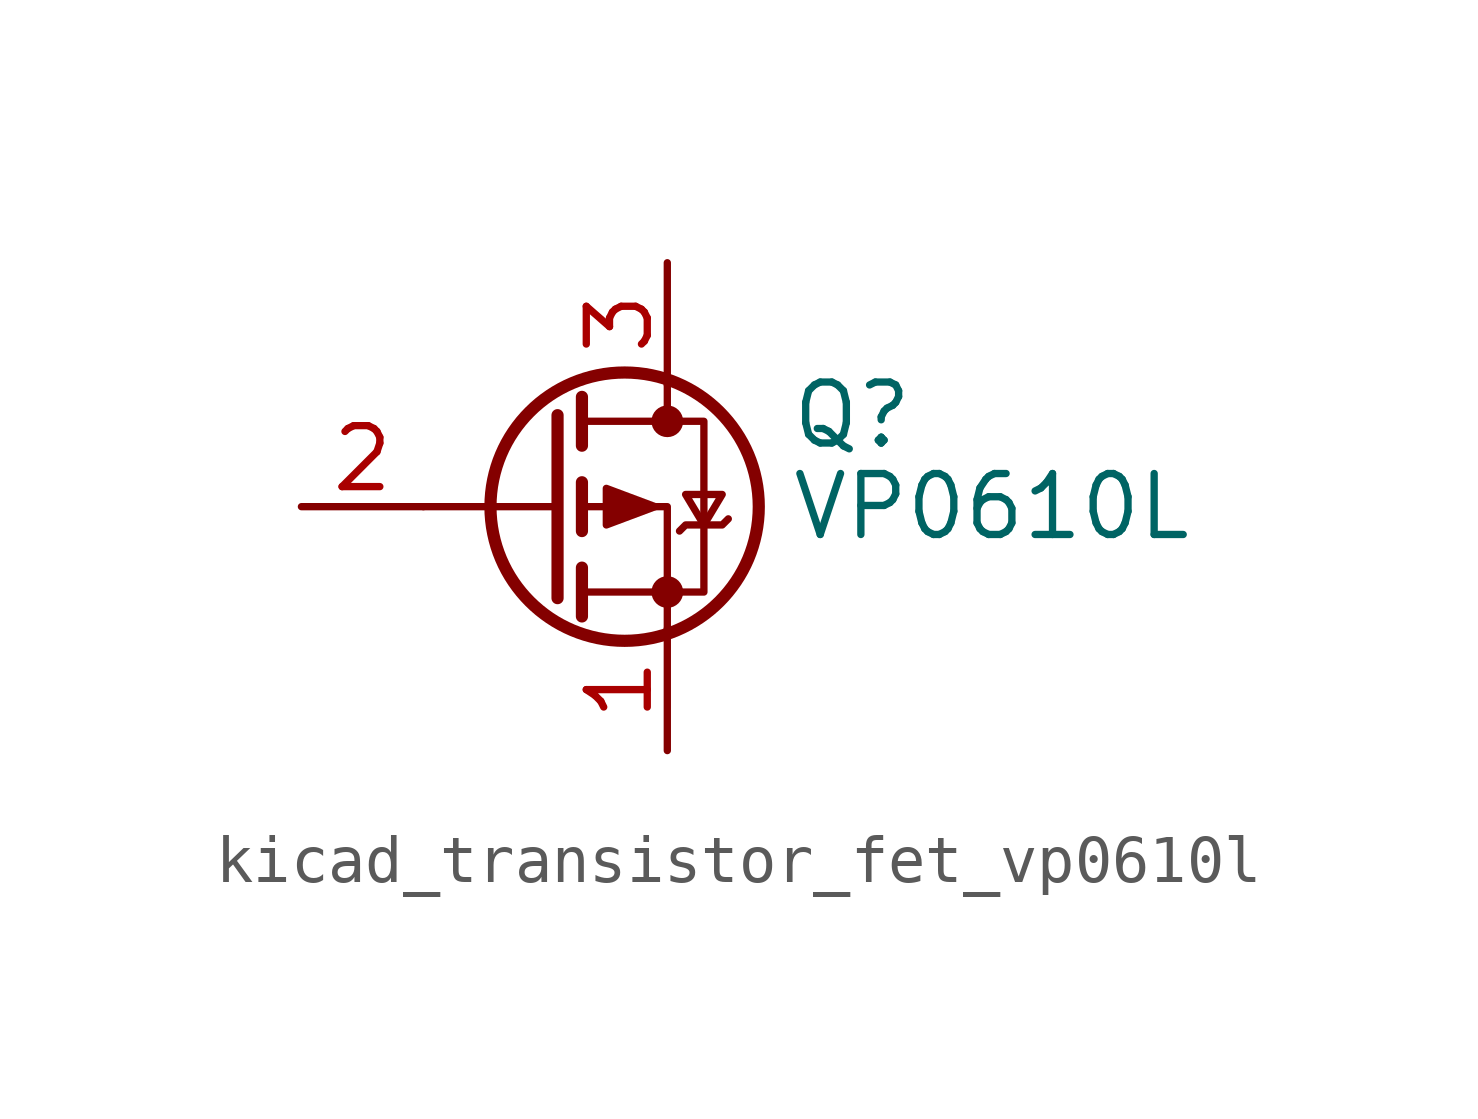
<source format=kicad_sym>
(kicad_symbol_lib
  (version 20220914)
  (generator kicad_symbol_editor)
  (symbol "kicad_transistor_fet_vp0610l"
    (pin_names hide)
    (property "Reference" "Q"
      (at 5.08 1.905 0)
      (effects (font (size 1.27 1.27)) (justify left)))
    (property "Value" "VP0610L"
      (at 5.08 0 0)
      (effects (font (size 1.27 1.27)) (justify left)))
    (symbol "kicad_transistor_fet_vp0610l_0_1"
      (polyline (pts (xy 0.254 0) (xy -2.54 0)) (stroke (width 0) (type default)) (fill (type none)))
      (polyline (pts (xy 0.254 1.905) (xy 0.254 -1.905)) (stroke (width 0.254) (type default)) (fill (type none)))
      (polyline (pts (xy 0.762 -1.27) (xy 0.762 -2.286)) (stroke (width 0.254) (type default)) (fill (type none)))
      (polyline (pts (xy 0.762 0.508) (xy 0.762 -0.508)) (stroke (width 0.254) (type default)) (fill (type none)))
      (polyline (pts (xy 0.762 2.286) (xy 0.762 1.27)) (stroke (width 0.254) (type default)) (fill (type none)))
      (polyline (pts (xy 2.54 2.54) (xy 2.54 1.778)) (stroke (width 0) (type default)) (fill (type none)))
      (polyline (pts (xy 2.54 -2.54) (xy 2.54 0) (xy 0.762 0)) (stroke (width 0) (type default)) (fill (type none)))
      (polyline (pts (xy 0.762 1.778) (xy 3.302 1.778) (xy 3.302 -1.778) (xy 0.762 -1.778)) (stroke (width 0) (type default)) (fill (type none)))
      (polyline (pts (xy 2.286 0) (xy 1.27 0.381) (xy 1.27 -0.381) (xy 2.286 0)) (stroke (width 0) (type default)) (fill (type outline)))
      (polyline (pts (xy 2.794 -0.508) (xy 2.921 -0.381) (xy 3.683 -0.381) (xy 3.81 -0.254)) (stroke (width 0) (type default)) (fill (type none)))
      (polyline (pts (xy 3.302 -0.381) (xy 2.921 0.254) (xy 3.683 0.254) (xy 3.302 -0.381)) (stroke (width 0) (type default)) (fill (type none)))
      (circle (center 1.651 0) (radius 2.794) (stroke (width 0.254) (type default)) (fill (type none)))
      (circle (center 2.54 -1.778) (radius 0.254) (stroke (width 0) (type default)) (fill (type outline)))
      (circle (center 2.54 1.778) (radius 0.254) (stroke (width 0) (type default)) (fill (type outline))))
    (symbol "kicad_transistor_fet_vp0610l_1_1"
      (pin passive line (at 2.54 -5.08 90) (length 2.54) (name "S" (effects (font (size 1.27 1.27)))) (number "1" (effects (font (size 1.27 1.27)))))
      (pin input line (at -5.08 0 0) (length 2.54) (name "G" (effects (font (size 1.27 1.27)))) (number "2" (effects (font (size 1.27 1.27)))))
      (pin passive line (at 2.54 5.08 270) (length 2.54) (name "D" (effects (font (size 1.27 1.27)))) (number "3" (effects (font (size 1.27 1.27))))))))
</source>
